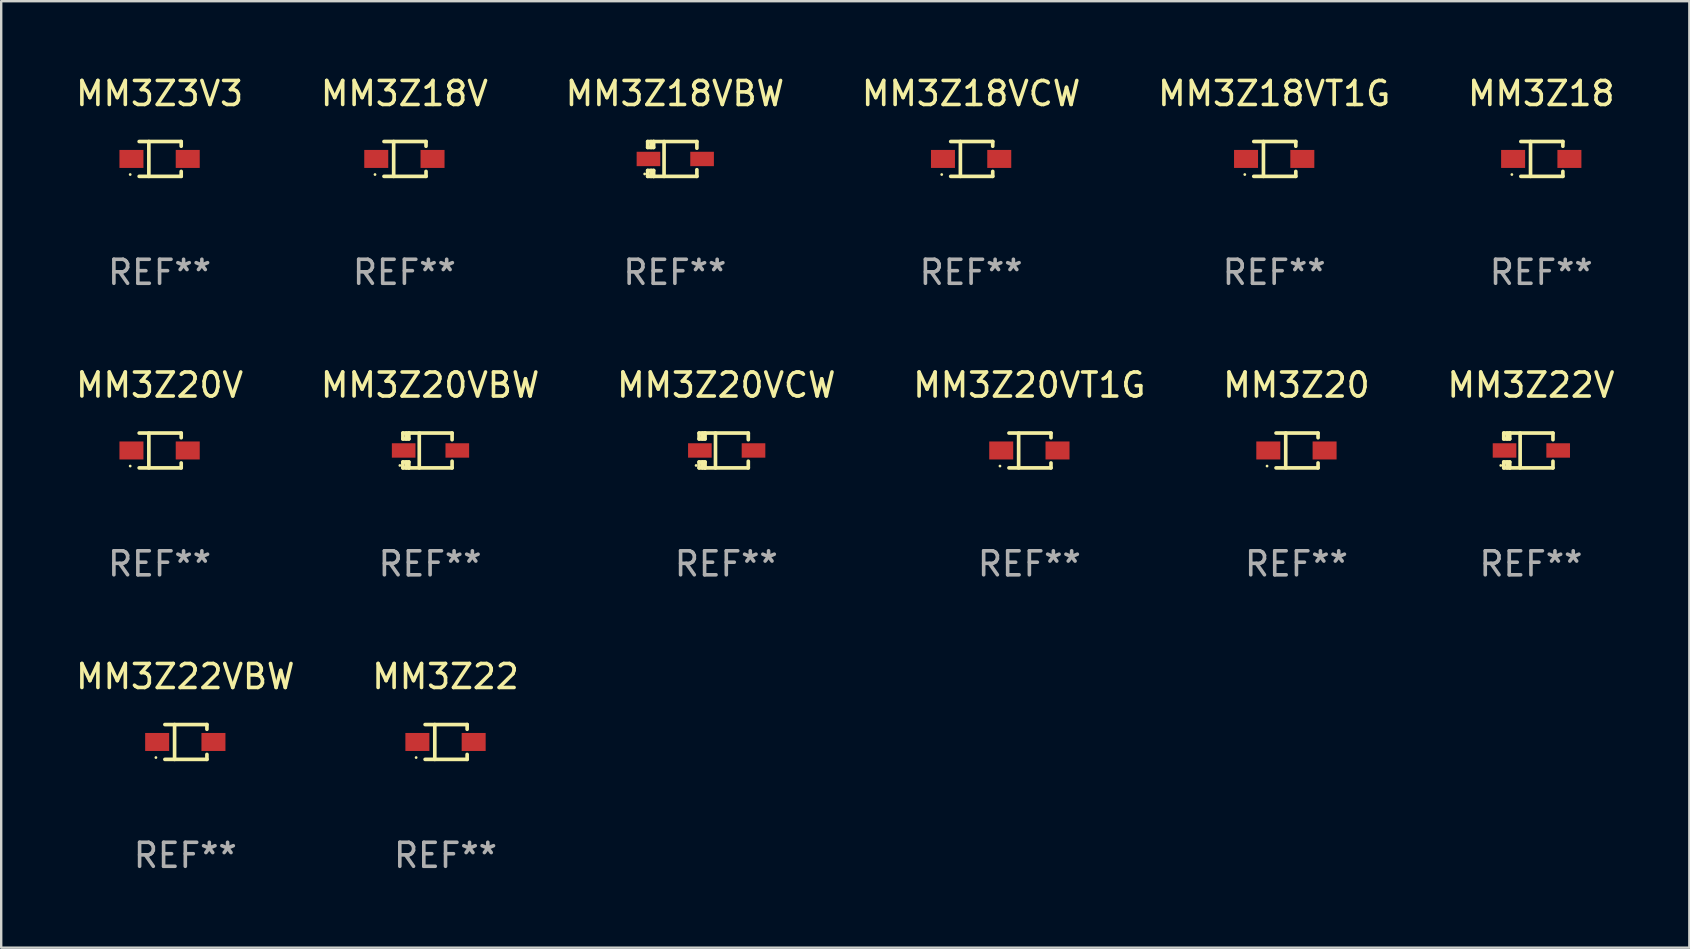
<source format=kicad_pcb>
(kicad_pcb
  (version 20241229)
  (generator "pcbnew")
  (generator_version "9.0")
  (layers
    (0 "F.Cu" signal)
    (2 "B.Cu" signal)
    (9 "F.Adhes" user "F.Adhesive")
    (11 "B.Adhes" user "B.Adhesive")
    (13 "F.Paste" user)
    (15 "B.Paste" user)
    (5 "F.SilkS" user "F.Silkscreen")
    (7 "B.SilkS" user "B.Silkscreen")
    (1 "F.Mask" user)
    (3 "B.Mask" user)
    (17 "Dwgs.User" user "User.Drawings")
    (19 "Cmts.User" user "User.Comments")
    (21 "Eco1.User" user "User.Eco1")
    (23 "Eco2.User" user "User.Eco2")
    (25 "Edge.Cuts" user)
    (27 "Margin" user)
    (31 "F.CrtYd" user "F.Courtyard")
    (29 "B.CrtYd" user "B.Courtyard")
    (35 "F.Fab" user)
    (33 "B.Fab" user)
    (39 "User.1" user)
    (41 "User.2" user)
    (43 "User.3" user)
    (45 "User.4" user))
  (footprint "MM3Z20VT1G"
    (layer "F.Cu")
    (at 39.851 15.724)
    (property "Reference" "MM3Z20VT1G" (at 0 -2.726 0) (layer "F.SilkS") (effects (font (size 1 1) (thickness 0.15))))
    (attr through_hole)
    (fp_line (start -0.851 -0.726) (end 0.901 -0.726) (stroke (width 0.152) (type solid)) (layer "F.SilkS"))
    (fp_line (start -0.851 0.726) (end 0.901 0.726) (stroke (width 0.152) (type solid)) (layer "F.SilkS"))
    (fp_line (start -0.447 -0.726) (end -0.447 0.726) (stroke (width 0.152) (type solid)) (layer "F.SilkS"))
    (fp_line (start 0.901 -0.726) (end 0.901 -0.53) (stroke (width 0.152) (type solid)) (layer "F.SilkS"))
    (fp_line (start 0.901 0.726) (end 0.901 0.52) (stroke (width 0.152) (type solid)) (layer "F.SilkS"))
    (fp_circle (center -1.225 0.65) (end -1.195 0.65) (stroke (width 0.06) (type solid)) (fill no) (layer "F.SilkS"))
    (fp_text user "REF**" (at 0 4.726 0) (layer "F.Fab") (effects (font (size 1 1) (thickness 0.15))))
    (pad "1" smd rect (at -1.173 0) (size 1 0.75) (layers "F.Cu" "F.Mask" "F.Paste"))
    (pad "2" smd rect (at 1.173 0) (size 1 0.75) (layers "F.Cu" "F.Mask" "F.Paste")))
  (footprint "MM3Z18VT1G"
    (layer "F.Cu")
    (at 50.054 3.574)
    (property "Reference" "MM3Z18VT1G" (at 0 -2.726 0) (layer "F.SilkS") (effects (font (size 1 1) (thickness 0.15))))
    (attr through_hole)
    (fp_line (start -0.851 -0.726) (end 0.901 -0.726) (stroke (width 0.152) (type solid)) (layer "F.SilkS"))
    (fp_line (start -0.851 0.726) (end 0.901 0.726) (stroke (width 0.152) (type solid)) (layer "F.SilkS"))
    (fp_line (start -0.447 -0.726) (end -0.447 0.726) (stroke (width 0.152) (type solid)) (layer "F.SilkS"))
    (fp_line (start 0.901 -0.726) (end 0.901 -0.53) (stroke (width 0.152) (type solid)) (layer "F.SilkS"))
    (fp_line (start 0.901 0.726) (end 0.901 0.52) (stroke (width 0.152) (type solid)) (layer "F.SilkS"))
    (fp_circle (center -1.225 0.65) (end -1.195 0.65) (stroke (width 0.06) (type solid)) (fill no) (layer "F.SilkS"))
    (fp_text user "REF**" (at 0 4.726 0) (layer "F.Fab") (effects (font (size 1 1) (thickness 0.15))))
    (pad "1" smd rect (at -1.173 0) (size 1 0.75) (layers "F.Cu" "F.Mask" "F.Paste"))
    (pad "2" smd rect (at 1.173 0) (size 1 0.75) (layers "F.Cu" "F.Mask" "F.Paste")))
  (footprint "MM3Z22"
    (layer "F.Cu")
    (at 15.518 27.873)
    (property "Reference" "MM3Z22" (at 0 -2.726 0) (layer "F.SilkS") (effects (font (size 1 1) (thickness 0.15))))
    (attr through_hole)
    (fp_line (start -0.851 -0.726) (end 0.901 -0.726) (stroke (width 0.152) (type solid)) (layer "F.SilkS"))
    (fp_line (start -0.851 0.726) (end 0.901 0.726) (stroke (width 0.152) (type solid)) (layer "F.SilkS"))
    (fp_line (start -0.447 -0.726) (end -0.447 0.726) (stroke (width 0.152) (type solid)) (layer "F.SilkS"))
    (fp_line (start 0.901 -0.726) (end 0.901 -0.53) (stroke (width 0.152) (type solid)) (layer "F.SilkS"))
    (fp_line (start 0.901 0.726) (end 0.901 0.52) (stroke (width 0.152) (type solid)) (layer "F.SilkS"))
    (fp_circle (center -1.225 0.65) (end -1.195 0.65) (stroke (width 0.06) (type solid)) (fill no) (layer "F.SilkS"))
    (fp_text user "REF**" (at 0 4.726 0) (layer "F.Fab") (effects (font (size 1 1) (thickness 0.15))))
    (pad "1" smd rect (at -1.173 0) (size 1 0.75) (layers "F.Cu" "F.Mask" "F.Paste"))
    (pad "2" smd rect (at 1.173 0) (size 1 0.75) (layers "F.Cu" "F.Mask" "F.Paste")))
  (footprint "MM3Z20VBW"
    (layer "F.Cu")
    (at 14.875 15.724)
    (property "Reference" "MM3Z20VBW" (at 0 -2.726 0) (layer "F.SilkS") (effects (font (size 1 1) (thickness 0.15))))
    (attr through_hole)
    (fp_line (start -1.134 0.48) (end -1.134 0.726) (stroke (width 0.152) (type solid)) (layer "F.SilkS"))
    (fp_line (start -1.134 0.726) (end -0.885 0.726) (stroke (width 0.152) (type solid)) (layer "F.SilkS"))
    (fp_line (start -1.134 -0.726) (end -1.134 -0.48) (stroke (width 0.152) (type solid)) (layer "F.SilkS"))
    (fp_line (start -0.992 -0.726) (end -0.992 -0.48) (stroke (width 0.152) (type solid)) (layer "F.SilkS"))
    (fp_line (start -0.992 0.48) (end -0.992 0.726) (stroke (width 0.152) (type solid)) (layer "F.SilkS"))
    (fp_line (start -0.885 -0.726) (end -1.134 -0.726) (stroke (width 0.152) (type solid)) (layer "F.SilkS"))
    (fp_line (start -0.885 -0.48) (end -1.134 -0.48) (stroke (width 0.152) (type solid)) (layer "F.SilkS"))
    (fp_line (start -0.885 -0.48) (end -0.885 -0.726) (stroke (width 0.152) (type solid)) (layer "F.SilkS"))
    (fp_line (start -0.885 0.48) (end -1.134 0.48) (stroke (width 0.152) (type solid)) (layer "F.SilkS"))
    (fp_line (start -0.885 0.48) (end -0.885 0.726) (stroke (width 0.152) (type solid)) (layer "F.SilkS"))
    (fp_line (start -0.451 0.726) (end -0.451 -0.726) (stroke (width 0.152) (type solid)) (layer "F.SilkS"))
    (fp_line (start 0.917 -0.726) (end -0.885 -0.726) (stroke (width 0.152) (type solid)) (layer "F.SilkS"))
    (fp_line (start 0.917 -0.726) (end 0.917 -0.448) (stroke (width 0.152) (type solid)) (layer "F.SilkS"))
    (fp_line (start 0.917 0.726) (end -0.885 0.726) (stroke (width 0.152) (type solid)) (layer "F.SilkS"))
    (fp_line (start 0.917 0.726) (end 0.917 0.448) (stroke (width 0.152) (type solid)) (layer "F.SilkS"))
    (fp_circle (center -1.259 0.625) (end -1.229 0.625) (stroke (width 0.06) (type solid)) (fill no) (layer "F.SilkS"))
    (fp_text user "REF**" (at 0 4.726 0) (layer "F.Fab") (effects (font (size 1 1) (thickness 0.15))))
    (pad "1" smd rect (at -1.101 -0.000114) (size 0.985 0.6) (layers "F.Cu" "F.Mask" "F.Paste"))
    (pad "2" smd rect (at 1.134 -0.000114) (size 0.985 0.6) (layers "F.Cu" "F.Mask" "F.Paste")))
  (footprint "MM3Z22V"
    (layer "F.Cu")
    (at 60.756 15.724)
    (property "Reference" "MM3Z22V" (at 0 -2.726 0) (layer "F.SilkS") (effects (font (size 1 1) (thickness 0.15))))
    (attr through_hole)
    (fp_line (start -1.134 0.48) (end -1.134 0.726) (stroke (width 0.152) (type solid)) (layer "F.SilkS"))
    (fp_line (start -1.134 0.726) (end -0.885 0.726) (stroke (width 0.152) (type solid)) (layer "F.SilkS"))
    (fp_line (start -1.134 -0.726) (end -1.134 -0.48) (stroke (width 0.152) (type solid)) (layer "F.SilkS"))
    (fp_line (start -0.992 -0.726) (end -0.992 -0.48) (stroke (width 0.152) (type solid)) (layer "F.SilkS"))
    (fp_line (start -0.992 0.48) (end -0.992 0.726) (stroke (width 0.152) (type solid)) (layer "F.SilkS"))
    (fp_line (start -0.885 -0.726) (end -1.134 -0.726) (stroke (width 0.152) (type solid)) (layer "F.SilkS"))
    (fp_line (start -0.885 -0.48) (end -1.134 -0.48) (stroke (width 0.152) (type solid)) (layer "F.SilkS"))
    (fp_line (start -0.885 -0.48) (end -0.885 -0.726) (stroke (width 0.152) (type solid)) (layer "F.SilkS"))
    (fp_line (start -0.885 0.48) (end -1.134 0.48) (stroke (width 0.152) (type solid)) (layer "F.SilkS"))
    (fp_line (start -0.885 0.48) (end -0.885 0.726) (stroke (width 0.152) (type solid)) (layer "F.SilkS"))
    (fp_line (start -0.451 0.726) (end -0.451 -0.726) (stroke (width 0.152) (type solid)) (layer "F.SilkS"))
    (fp_line (start 0.917 -0.726) (end -0.885 -0.726) (stroke (width 0.152) (type solid)) (layer "F.SilkS"))
    (fp_line (start 0.917 -0.726) (end 0.917 -0.448) (stroke (width 0.152) (type solid)) (layer "F.SilkS"))
    (fp_line (start 0.917 0.726) (end -0.885 0.726) (stroke (width 0.152) (type solid)) (layer "F.SilkS"))
    (fp_line (start 0.917 0.726) (end 0.917 0.448) (stroke (width 0.152) (type solid)) (layer "F.SilkS"))
    (fp_circle (center -1.259 0.625) (end -1.229 0.625) (stroke (width 0.06) (type solid)) (fill no) (layer "F.SilkS"))
    (fp_text user "REF**" (at 0 4.726 0) (layer "F.Fab") (effects (font (size 1 1) (thickness 0.15))))
    (pad "1" smd rect (at -1.101 -0.000114) (size 0.985 0.6) (layers "F.Cu" "F.Mask" "F.Paste"))
    (pad "2" smd rect (at 1.134 -0.000114) (size 0.985 0.6) (layers "F.Cu" "F.Mask" "F.Paste")))
  (footprint "MM3Z20V"
    (layer "F.Cu")
    (at 3.601 15.724)
    (property "Reference" "MM3Z20V" (at 0 -2.726 0) (layer "F.SilkS") (effects (font (size 1 1) (thickness 0.15))))
    (attr through_hole)
    (fp_line (start -0.851 -0.726) (end 0.901 -0.726) (stroke (width 0.152) (type solid)) (layer "F.SilkS"))
    (fp_line (start -0.851 0.726) (end 0.901 0.726) (stroke (width 0.152) (type solid)) (layer "F.SilkS"))
    (fp_line (start -0.447 -0.726) (end -0.447 0.726) (stroke (width 0.152) (type solid)) (layer "F.SilkS"))
    (fp_line (start 0.901 -0.726) (end 0.901 -0.53) (stroke (width 0.152) (type solid)) (layer "F.SilkS"))
    (fp_line (start 0.901 0.726) (end 0.901 0.52) (stroke (width 0.152) (type solid)) (layer "F.SilkS"))
    (fp_circle (center -1.225 0.65) (end -1.195 0.65) (stroke (width 0.06) (type solid)) (fill no) (layer "F.SilkS"))
    (fp_text user "REF**" (at 0 4.726 0) (layer "F.Fab") (effects (font (size 1 1) (thickness 0.15))))
    (pad "1" smd rect (at -1.173 0) (size 1 0.75) (layers "F.Cu" "F.Mask" "F.Paste"))
    (pad "2" smd rect (at 1.173 0) (size 1 0.75) (layers "F.Cu" "F.Mask" "F.Paste")))
  (footprint "MM3Z18"
    (layer "F.Cu")
    (at 61.185 3.574)
    (property "Reference" "MM3Z18" (at 0 -2.726 0) (layer "F.SilkS") (effects (font (size 1 1) (thickness 0.15))))
    (attr through_hole)
    (fp_line (start -0.851 -0.726) (end 0.901 -0.726) (stroke (width 0.152) (type solid)) (layer "F.SilkS"))
    (fp_line (start -0.851 0.726) (end 0.901 0.726) (stroke (width 0.152) (type solid)) (layer "F.SilkS"))
    (fp_line (start -0.447 -0.726) (end -0.447 0.726) (stroke (width 0.152) (type solid)) (layer "F.SilkS"))
    (fp_line (start 0.901 -0.726) (end 0.901 -0.53) (stroke (width 0.152) (type solid)) (layer "F.SilkS"))
    (fp_line (start 0.901 0.726) (end 0.901 0.52) (stroke (width 0.152) (type solid)) (layer "F.SilkS"))
    (fp_circle (center -1.225 0.65) (end -1.195 0.65) (stroke (width 0.06) (type solid)) (fill no) (layer "F.SilkS"))
    (fp_text user "REF**" (at 0 4.726 0) (layer "F.Fab") (effects (font (size 1 1) (thickness 0.15))))
    (pad "1" smd rect (at -1.173 0) (size 1 0.75) (layers "F.Cu" "F.Mask" "F.Paste"))
    (pad "2" smd rect (at 1.173 0) (size 1 0.75) (layers "F.Cu" "F.Mask" "F.Paste")))
  (footprint "MM3Z22VBW"
    (layer "F.Cu")
    (at 4.673 27.873)
    (property "Reference" "MM3Z22VBW" (at 0 -2.726 0) (layer "F.SilkS") (effects (font (size 1 1) (thickness 0.15))))
    (attr through_hole)
    (fp_line (start -0.851 -0.726) (end 0.901 -0.726) (stroke (width 0.152) (type solid)) (layer "F.SilkS"))
    (fp_line (start -0.851 0.726) (end 0.901 0.726) (stroke (width 0.152) (type solid)) (layer "F.SilkS"))
    (fp_line (start -0.447 -0.726) (end -0.447 0.726) (stroke (width 0.152) (type solid)) (layer "F.SilkS"))
    (fp_line (start 0.901 -0.726) (end 0.901 -0.53) (stroke (width 0.152) (type solid)) (layer "F.SilkS"))
    (fp_line (start 0.901 0.726) (end 0.901 0.52) (stroke (width 0.152) (type solid)) (layer "F.SilkS"))
    (fp_circle (center -1.225 0.65) (end -1.195 0.65) (stroke (width 0.06) (type solid)) (fill no) (layer "F.SilkS"))
    (fp_text user "REF**" (at 0 4.726 0) (layer "F.Fab") (effects (font (size 1 1) (thickness 0.15))))
    (pad "1" smd rect (at -1.173 0) (size 1 0.75) (layers "F.Cu" "F.Mask" "F.Paste"))
    (pad "2" smd rect (at 1.173 0) (size 1 0.75) (layers "F.Cu" "F.Mask" "F.Paste")))
  (footprint "MM3Z18V"
    (layer "F.Cu")
    (at 13.804 3.574)
    (property "Reference" "MM3Z18V" (at 0 -2.726 0) (layer "F.SilkS") (effects (font (size 1 1) (thickness 0.15))))
    (attr through_hole)
    (fp_line (start -0.851 -0.726) (end 0.901 -0.726) (stroke (width 0.152) (type solid)) (layer "F.SilkS"))
    (fp_line (start -0.851 0.726) (end 0.901 0.726) (stroke (width 0.152) (type solid)) (layer "F.SilkS"))
    (fp_line (start -0.447 -0.726) (end -0.447 0.726) (stroke (width 0.152) (type solid)) (layer "F.SilkS"))
    (fp_line (start 0.901 -0.726) (end 0.901 -0.53) (stroke (width 0.152) (type solid)) (layer "F.SilkS"))
    (fp_line (start 0.901 0.726) (end 0.901 0.52) (stroke (width 0.152) (type solid)) (layer "F.SilkS"))
    (fp_circle (center -1.225 0.65) (end -1.195 0.65) (stroke (width 0.06) (type solid)) (fill no) (layer "F.SilkS"))
    (fp_text user "REF**" (at 0 4.726 0) (layer "F.Fab") (effects (font (size 1 1) (thickness 0.15))))
    (pad "1" smd rect (at -1.173 0) (size 1 0.75) (layers "F.Cu" "F.Mask" "F.Paste"))
    (pad "2" smd rect (at 1.173 0) (size 1 0.75) (layers "F.Cu" "F.Mask" "F.Paste")))
  (footprint "MM3Z18VCW"
    (layer "F.Cu")
    (at 37.423 3.574)
    (property "Reference" "MM3Z18VCW" (at 0 -2.726 0) (layer "F.SilkS") (effects (font (size 1 1) (thickness 0.15))))
    (attr through_hole)
    (fp_line (start -0.851 -0.726) (end 0.901 -0.726) (stroke (width 0.152) (type solid)) (layer "F.SilkS"))
    (fp_line (start -0.851 0.726) (end 0.901 0.726) (stroke (width 0.152) (type solid)) (layer "F.SilkS"))
    (fp_line (start -0.447 -0.726) (end -0.447 0.726) (stroke (width 0.152) (type solid)) (layer "F.SilkS"))
    (fp_line (start 0.901 -0.726) (end 0.901 -0.53) (stroke (width 0.152) (type solid)) (layer "F.SilkS"))
    (fp_line (start 0.901 0.726) (end 0.901 0.52) (stroke (width 0.152) (type solid)) (layer "F.SilkS"))
    (fp_circle (center -1.225 0.65) (end -1.195 0.65) (stroke (width 0.06) (type solid)) (fill no) (layer "F.SilkS"))
    (fp_text user "REF**" (at 0 4.726 0) (layer "F.Fab") (effects (font (size 1 1) (thickness 0.15))))
    (pad "1" smd rect (at -1.173 0) (size 1 0.75) (layers "F.Cu" "F.Mask" "F.Paste"))
    (pad "2" smd rect (at 1.173 0) (size 1 0.75) (layers "F.Cu" "F.Mask" "F.Paste")))
  (footprint "MM3Z18VBW"
    (layer "F.Cu")
    (at 25.077 3.575)
    (property "Reference" "MM3Z18VBW" (at 0 -2.726 0) (layer "F.SilkS") (effects (font (size 1 1) (thickness 0.15))))
    (attr through_hole)
    (fp_line (start -1.134 0.48) (end -1.134 0.726) (stroke (width 0.152) (type solid)) (layer "F.SilkS"))
    (fp_line (start -1.134 0.726) (end -0.885 0.726) (stroke (width 0.152) (type solid)) (layer "F.SilkS"))
    (fp_line (start -1.134 -0.726) (end -1.134 -0.48) (stroke (width 0.152) (type solid)) (layer "F.SilkS"))
    (fp_line (start -0.992 -0.726) (end -0.992 -0.48) (stroke (width 0.152) (type solid)) (layer "F.SilkS"))
    (fp_line (start -0.992 0.48) (end -0.992 0.726) (stroke (width 0.152) (type solid)) (layer "F.SilkS"))
    (fp_line (start -0.885 -0.726) (end -1.134 -0.726) (stroke (width 0.152) (type solid)) (layer "F.SilkS"))
    (fp_line (start -0.885 -0.48) (end -1.134 -0.48) (stroke (width 0.152) (type solid)) (layer "F.SilkS"))
    (fp_line (start -0.885 -0.48) (end -0.885 -0.726) (stroke (width 0.152) (type solid)) (layer "F.SilkS"))
    (fp_line (start -0.885 0.48) (end -1.134 0.48) (stroke (width 0.152) (type solid)) (layer "F.SilkS"))
    (fp_line (start -0.885 0.48) (end -0.885 0.726) (stroke (width 0.152) (type solid)) (layer "F.SilkS"))
    (fp_line (start -0.451 0.726) (end -0.451 -0.726) (stroke (width 0.152) (type solid)) (layer "F.SilkS"))
    (fp_line (start 0.917 -0.726) (end -0.885 -0.726) (stroke (width 0.152) (type solid)) (layer "F.SilkS"))
    (fp_line (start 0.917 -0.726) (end 0.917 -0.448) (stroke (width 0.152) (type solid)) (layer "F.SilkS"))
    (fp_line (start 0.917 0.726) (end -0.885 0.726) (stroke (width 0.152) (type solid)) (layer "F.SilkS"))
    (fp_line (start 0.917 0.726) (end 0.917 0.448) (stroke (width 0.152) (type solid)) (layer "F.SilkS"))
    (fp_circle (center -1.259 0.625) (end -1.229 0.625) (stroke (width 0.06) (type solid)) (fill no) (layer "F.SilkS"))
    (fp_text user "REF**" (at 0 4.726 0) (layer "F.Fab") (effects (font (size 1 1) (thickness 0.15))))
    (pad "1" smd rect (at -1.101 -0.000114) (size 0.985 0.6) (layers "F.Cu" "F.Mask" "F.Paste"))
    (pad "2" smd rect (at 1.134 -0.000114) (size 0.985 0.6) (layers "F.Cu" "F.Mask" "F.Paste")))
  (footprint "MM3Z3V3"
    (layer "F.Cu")
    (at 3.601 3.574)
    (property "Reference" "MM3Z3V3" (at 0 -2.726 0) (layer "F.SilkS") (effects (font (size 1 1) (thickness 0.15))))
    (attr through_hole)
    (fp_line (start -0.851 -0.726) (end 0.901 -0.726) (stroke (width 0.152) (type solid)) (layer "F.SilkS"))
    (fp_line (start -0.851 0.726) (end 0.901 0.726) (stroke (width 0.152) (type solid)) (layer "F.SilkS"))
    (fp_line (start -0.447 -0.726) (end -0.447 0.726) (stroke (width 0.152) (type solid)) (layer "F.SilkS"))
    (fp_line (start 0.901 -0.726) (end 0.901 -0.53) (stroke (width 0.152) (type solid)) (layer "F.SilkS"))
    (fp_line (start 0.901 0.726) (end 0.901 0.52) (stroke (width 0.152) (type solid)) (layer "F.SilkS"))
    (fp_circle (center -1.225 0.65) (end -1.195 0.65) (stroke (width 0.06) (type solid)) (fill no) (layer "F.SilkS"))
    (fp_text user "REF**" (at 0 4.726 0) (layer "F.Fab") (effects (font (size 1 1) (thickness 0.15))))
    (pad "1" smd rect (at -1.173 0) (size 1 0.75) (layers "F.Cu" "F.Mask" "F.Paste"))
    (pad "2" smd rect (at 1.173 0) (size 1 0.75) (layers "F.Cu" "F.Mask" "F.Paste")))
  (footprint "MM3Z20"
    (layer "F.Cu")
    (at 50.982 15.724)
    (property "Reference" "MM3Z20" (at 0 -2.726 0) (layer "F.SilkS") (effects (font (size 1 1) (thickness 0.15))))
    (attr through_hole)
    (fp_line (start -0.851 -0.726) (end 0.901 -0.726) (stroke (width 0.152) (type solid)) (layer "F.SilkS"))
    (fp_line (start -0.851 0.726) (end 0.901 0.726) (stroke (width 0.152) (type solid)) (layer "F.SilkS"))
    (fp_line (start -0.447 -0.726) (end -0.447 0.726) (stroke (width 0.152) (type solid)) (layer "F.SilkS"))
    (fp_line (start 0.901 -0.726) (end 0.901 -0.53) (stroke (width 0.152) (type solid)) (layer "F.SilkS"))
    (fp_line (start 0.901 0.726) (end 0.901 0.52) (stroke (width 0.152) (type solid)) (layer "F.SilkS"))
    (fp_circle (center -1.225 0.65) (end -1.195 0.65) (stroke (width 0.06) (type solid)) (fill no) (layer "F.SilkS"))
    (fp_text user "REF**" (at 0 4.726 0) (layer "F.Fab") (effects (font (size 1 1) (thickness 0.15))))
    (pad "1" smd rect (at -1.173 0) (size 1 0.75) (layers "F.Cu" "F.Mask" "F.Paste"))
    (pad "2" smd rect (at 1.173 0) (size 1 0.75) (layers "F.Cu" "F.Mask" "F.Paste")))
  (footprint "MM3Z20VCW"
    (layer "F.Cu")
    (at 27.22 15.724)
    (property "Reference" "MM3Z20VCW" (at 0 -2.726 0) (layer "F.SilkS") (effects (font (size 1 1) (thickness 0.15))))
    (attr through_hole)
    (fp_line (start -1.134 0.48) (end -1.134 0.726) (stroke (width 0.152) (type solid)) (layer "F.SilkS"))
    (fp_line (start -1.134 0.726) (end -0.885 0.726) (stroke (width 0.152) (type solid)) (layer "F.SilkS"))
    (fp_line (start -1.134 -0.726) (end -1.134 -0.48) (stroke (width 0.152) (type solid)) (layer "F.SilkS"))
    (fp_line (start -0.992 -0.726) (end -0.992 -0.48) (stroke (width 0.152) (type solid)) (layer "F.SilkS"))
    (fp_line (start -0.992 0.48) (end -0.992 0.726) (stroke (width 0.152) (type solid)) (layer "F.SilkS"))
    (fp_line (start -0.885 -0.726) (end -1.134 -0.726) (stroke (width 0.152) (type solid)) (layer "F.SilkS"))
    (fp_line (start -0.885 -0.48) (end -1.134 -0.48) (stroke (width 0.152) (type solid)) (layer "F.SilkS"))
    (fp_line (start -0.885 -0.48) (end -0.885 -0.726) (stroke (width 0.152) (type solid)) (layer "F.SilkS"))
    (fp_line (start -0.885 0.48) (end -1.134 0.48) (stroke (width 0.152) (type solid)) (layer "F.SilkS"))
    (fp_line (start -0.885 0.48) (end -0.885 0.726) (stroke (width 0.152) (type solid)) (layer "F.SilkS"))
    (fp_line (start -0.451 0.726) (end -0.451 -0.726) (stroke (width 0.152) (type solid)) (layer "F.SilkS"))
    (fp_line (start 0.917 -0.726) (end -0.885 -0.726) (stroke (width 0.152) (type solid)) (layer "F.SilkS"))
    (fp_line (start 0.917 -0.726) (end 0.917 -0.448) (stroke (width 0.152) (type solid)) (layer "F.SilkS"))
    (fp_line (start 0.917 0.726) (end -0.885 0.726) (stroke (width 0.152) (type solid)) (layer "F.SilkS"))
    (fp_line (start 0.917 0.726) (end 0.917 0.448) (stroke (width 0.152) (type solid)) (layer "F.SilkS"))
    (fp_circle (center -1.259 0.625) (end -1.229 0.625) (stroke (width 0.06) (type solid)) (fill no) (layer "F.SilkS"))
    (fp_text user "REF**" (at 0 4.726 0) (layer "F.Fab") (effects (font (size 1 1) (thickness 0.15))))
    (pad "1" smd rect (at -1.101 -0.000114) (size 0.985 0.6) (layers "F.Cu" "F.Mask" "F.Paste"))
    (pad "2" smd rect (at 1.134 -0.000114) (size 0.985 0.6) (layers "F.Cu" "F.Mask" "F.Paste")))
  (gr_rect
    (start -3 -3)
    (end 67.357 36.447)
    (stroke (width 0.1) (type default))
    (fill no)
    (layer "Edge.Cuts")))
</source>
